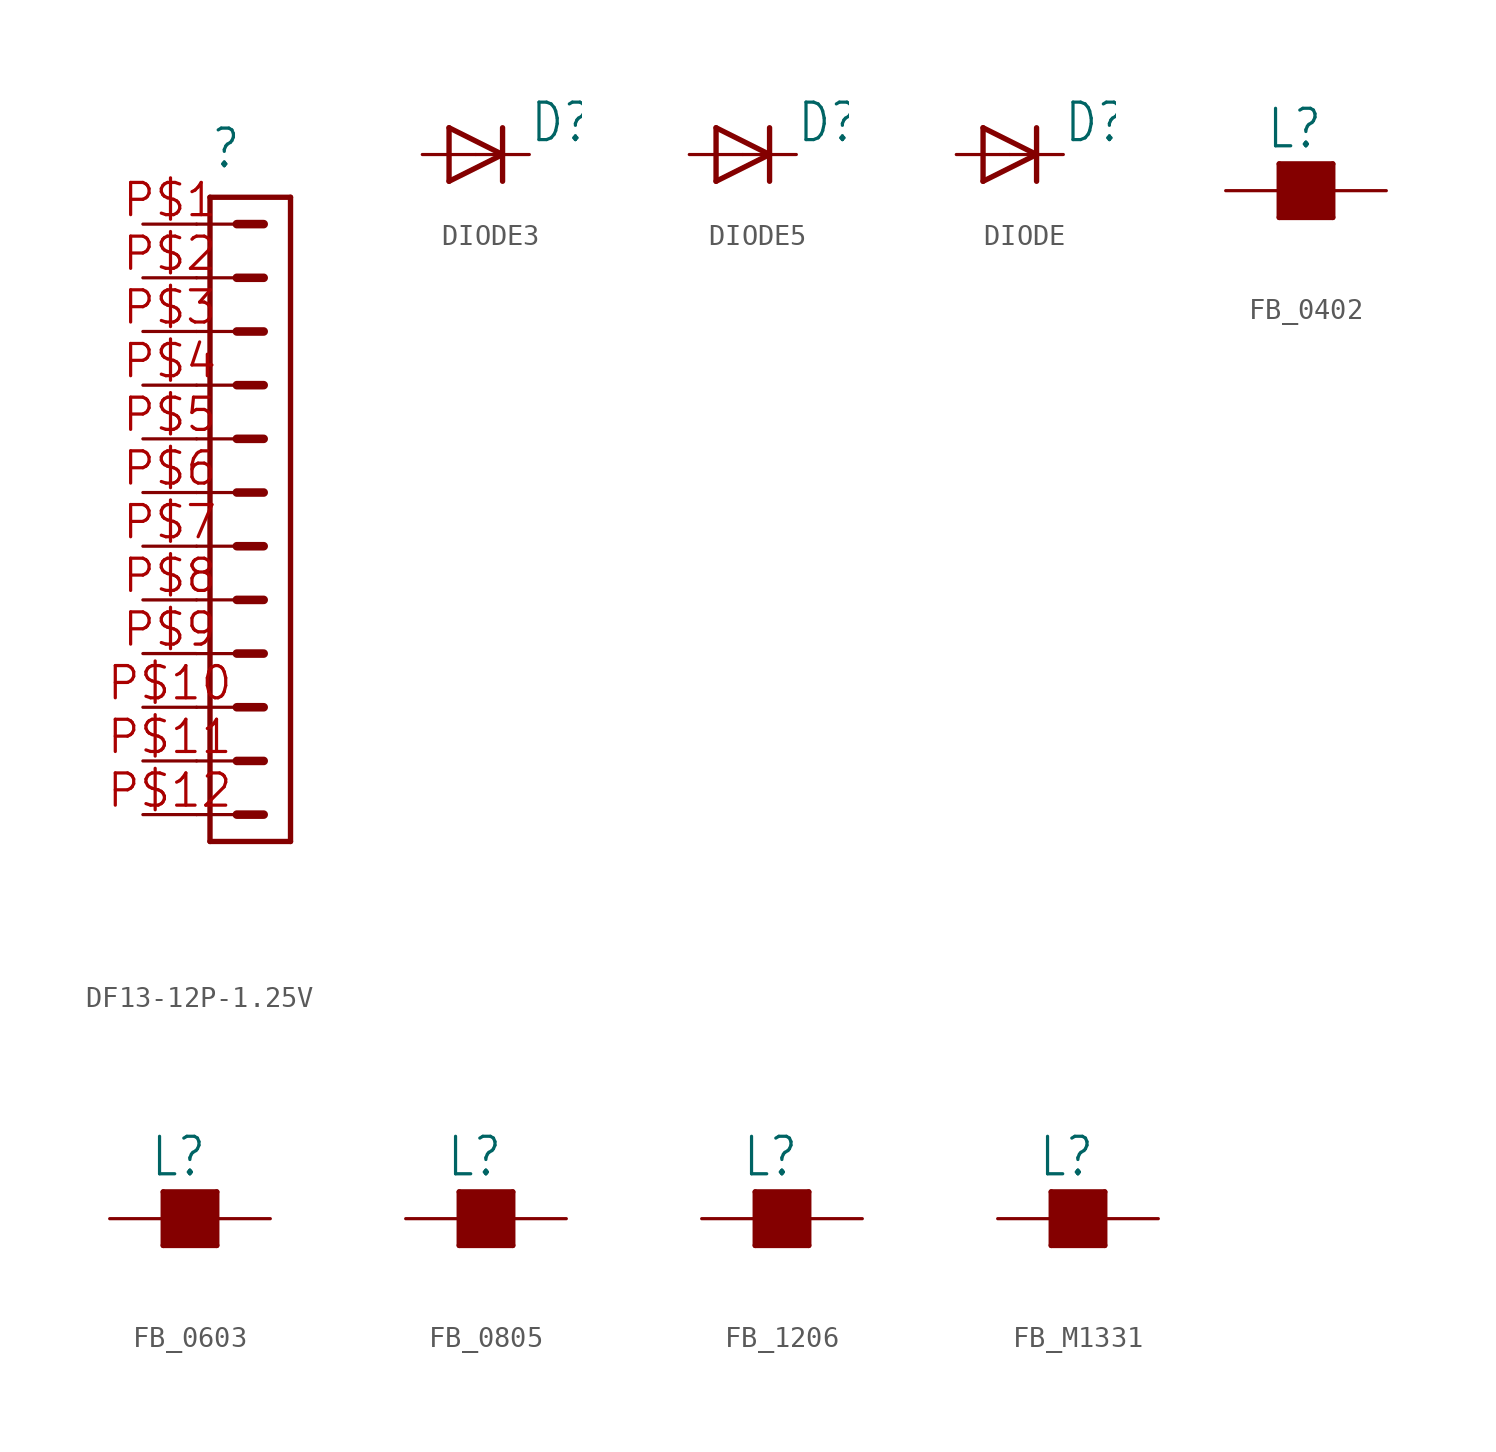
<source format=kicad_sym>
(kicad_symbol_lib
  (version 20241209)
  (generator "kicad_symbol_editor")
  (generator_version "9.0")
  (symbol "DF13-12P-1.25V"
    (property "Reference" ""
      (at -1.905 20.32 0)
      (effects (font (size 1.778 1.511)) (justify left bottom)))
    (property "Value" ""
      (at -1.905 -14.287 0)
      (effects (font (size 1.778 1.511)) (justify left bottom)))
    (property "ki_locked" ""
      (at 0 0 0)
      (effects (font (size 1.27 1.27))))
    (symbol "DF13-12P-1.25V_1_0"
      (polyline (pts (xy -2.54 17.78) (xy -0.635 17.78)) (stroke (width 0.152) (type solid)) (fill (type none)))
      (polyline (pts (xy -2.54 15.24) (xy -0.635 15.24)) (stroke (width 0.152) (type solid)) (fill (type none)))
      (polyline (pts (xy -2.54 12.7) (xy -0.635 12.7)) (stroke (width 0.152) (type solid)) (fill (type none)))
      (polyline (pts (xy -2.54 10.16) (xy -0.635 10.16)) (stroke (width 0.152) (type solid)) (fill (type none)))
      (polyline (pts (xy -2.54 7.62) (xy -0.635 7.62)) (stroke (width 0.152) (type solid)) (fill (type none)))
      (polyline (pts (xy -2.54 5.08) (xy -0.635 5.08)) (stroke (width 0.152) (type solid)) (fill (type none)))
      (polyline (pts (xy -2.54 2.54) (xy -0.635 2.54)) (stroke (width 0.152) (type solid)) (fill (type none)))
      (polyline (pts (xy -2.54 0) (xy -0.635 0)) (stroke (width 0.152) (type solid)) (fill (type none)))
      (polyline (pts (xy -2.54 -2.54) (xy -0.635 -2.54)) (stroke (width 0.152) (type solid)) (fill (type none)))
      (polyline (pts (xy -2.54 -5.08) (xy -0.635 -5.08)) (stroke (width 0.152) (type solid)) (fill (type none)))
      (polyline (pts (xy -2.54 -7.62) (xy -0.635 -7.62)) (stroke (width 0.152) (type solid)) (fill (type none)))
      (polyline (pts (xy -2.54 -10.16) (xy -0.635 -10.16)) (stroke (width 0.152) (type solid)) (fill (type none)))
      (polyline (pts (xy -1.905 -11.43) (xy -1.905 19.05)) (stroke (width 0.254) (type solid)) (fill (type none)))
      (polyline (pts (xy -1.905 -11.43) (xy 1.905 -11.43)) (stroke (width 0.254) (type solid)) (fill (type none)))
      (polyline (pts (xy -0.635 17.78) (xy 0.635 17.78)) (stroke (width 0.406) (type solid)) (fill (type none)))
      (polyline (pts (xy -0.635 15.24) (xy 0.635 15.24)) (stroke (width 0.406) (type solid)) (fill (type none)))
      (polyline (pts (xy -0.635 12.7) (xy 0.635 12.7)) (stroke (width 0.406) (type solid)) (fill (type none)))
      (polyline (pts (xy -0.635 10.16) (xy 0.635 10.16)) (stroke (width 0.406) (type solid)) (fill (type none)))
      (polyline (pts (xy -0.635 7.62) (xy 0.635 7.62)) (stroke (width 0.406) (type solid)) (fill (type none)))
      (polyline (pts (xy -0.635 5.08) (xy 0.635 5.08)) (stroke (width 0.406) (type solid)) (fill (type none)))
      (polyline (pts (xy -0.635 2.54) (xy 0.635 2.54)) (stroke (width 0.406) (type solid)) (fill (type none)))
      (polyline (pts (xy -0.635 0) (xy 0.635 0)) (stroke (width 0.406) (type solid)) (fill (type none)))
      (polyline (pts (xy -0.635 -2.54) (xy 0.635 -2.54)) (stroke (width 0.406) (type solid)) (fill (type none)))
      (polyline (pts (xy -0.635 -5.08) (xy 0.635 -5.08)) (stroke (width 0.406) (type solid)) (fill (type none)))
      (polyline (pts (xy -0.635 -7.62) (xy 0.635 -7.62)) (stroke (width 0.406) (type solid)) (fill (type none)))
      (polyline (pts (xy -0.635 -10.16) (xy 0.635 -10.16)) (stroke (width 0.406) (type solid)) (fill (type none)))
      (polyline (pts (xy 1.905 19.05) (xy -1.905 19.05)) (stroke (width 0.254) (type solid)) (fill (type none)))
      (polyline (pts (xy 1.905 19.05) (xy 1.905 -11.43)) (stroke (width 0.254) (type solid)) (fill (type none)))
      (pin passive line (at -5.08 17.78 0) (length 2.54) (name "1" (effects (font (size 0 0)))) (number "P$1" (effects (font (size 1.524 1.524)))))
      (pin passive line (at -5.08 15.24 0) (length 2.54) (name "2" (effects (font (size 0 0)))) (number "P$2" (effects (font (size 1.524 1.524)))))
      (pin passive line (at -5.08 12.7 0) (length 2.54) (name "3" (effects (font (size 0 0)))) (number "P$3" (effects (font (size 1.524 1.524)))))
      (pin passive line (at -5.08 10.16 0) (length 2.54) (name "4" (effects (font (size 0 0)))) (number "P$4" (effects (font (size 1.524 1.524)))))
      (pin passive line (at -5.08 7.62 0) (length 2.54) (name "5" (effects (font (size 0 0)))) (number "P$5" (effects (font (size 1.524 1.524)))))
      (pin passive line (at -5.08 5.08 0) (length 2.54) (name "6" (effects (font (size 0 0)))) (number "P$6" (effects (font (size 1.524 1.524)))))
      (pin passive line (at -5.08 2.54 0) (length 2.54) (name "7" (effects (font (size 0 0)))) (number "P$7" (effects (font (size 1.524 1.524)))))
      (pin passive line (at -5.08 0 0) (length 2.54) (name "8" (effects (font (size 0 0)))) (number "P$8" (effects (font (size 1.524 1.524)))))
      (pin passive line (at -5.08 -2.54 0) (length 2.54) (name "9" (effects (font (size 0 0)))) (number "P$9" (effects (font (size 1.524 1.524)))))
      (pin passive line (at -5.08 -5.08 0) (length 2.54) (name "10" (effects (font (size 0 0)))) (number "P$10" (effects (font (size 1.524 1.524)))))
      (pin passive line (at -5.08 -7.62 0) (length 2.54) (name "11" (effects (font (size 0 0)))) (number "P$11" (effects (font (size 1.524 1.524)))))
      (pin passive line (at -5.08 -10.16 0) (length 2.54) (name "12" (effects (font (size 0 0)))) (number "P$12" (effects (font (size 1.524 1.524)))))))
  (symbol "DIODE3"
    (property "Reference" "D"
      (at 2.54 0.483 0)
      (effects (font (size 1.778 1.511)) (justify left bottom)))
    (property "Value" ""
      (at 2.54 -2.311 0)
      (effects (font (size 1.778 1.511)) (justify left bottom)))
    (property "ki_locked" ""
      (at 0 0 0)
      (effects (font (size 1.27 1.27))))
    (symbol "DIODE3_1_0"
      (polyline (pts (xy -1.27 1.27) (xy -1.27 -1.27)) (stroke (width 0.254) (type solid)) (fill (type none)))
      (polyline (pts (xy -1.27 -1.27) (xy 1.27 0)) (stroke (width 0.254) (type solid)) (fill (type none)))
      (polyline (pts (xy 1.27 1.27) (xy 1.27 0)) (stroke (width 0.254) (type solid)) (fill (type none)))
      (polyline (pts (xy 1.27 0) (xy -1.27 1.27)) (stroke (width 0.254) (type solid)) (fill (type none)))
      (polyline (pts (xy 1.27 0) (xy 1.27 -1.27)) (stroke (width 0.254) (type solid)) (fill (type none)))
      (pin passive line (at -2.54 0 0) (length 2.54) (name "A" (effects (font (size 0 0)))) (number "A" (effects (font (size 0 0)))))
      (pin passive line (at 2.54 0 180) (length 2.54) (name "C" (effects (font (size 0 0)))) (number "K" (effects (font (size 0 0)))))))
  (symbol "DIODE5"
    (property "Reference" "D"
      (at 2.54 0.483 0)
      (effects (font (size 1.778 1.511)) (justify left bottom)))
    (property "Value" ""
      (at 2.54 -2.311 0)
      (effects (font (size 1.778 1.511)) (justify left bottom)))
    (property "ki_locked" ""
      (at 0 0 0)
      (effects (font (size 1.27 1.27))))
    (symbol "DIODE5_1_0"
      (polyline (pts (xy -1.27 1.27) (xy -1.27 -1.27)) (stroke (width 0.254) (type solid)) (fill (type none)))
      (polyline (pts (xy -1.27 -1.27) (xy 1.27 0)) (stroke (width 0.254) (type solid)) (fill (type none)))
      (polyline (pts (xy 1.27 1.27) (xy 1.27 0)) (stroke (width 0.254) (type solid)) (fill (type none)))
      (polyline (pts (xy 1.27 0) (xy -1.27 1.27)) (stroke (width 0.254) (type solid)) (fill (type none)))
      (polyline (pts (xy 1.27 0) (xy 1.27 -1.27)) (stroke (width 0.254) (type solid)) (fill (type none)))
      (pin passive line (at -2.54 0 0) (length 2.54) (name "A" (effects (font (size 0 0)))) (number "A" (effects (font (size 0 0)))))
      (pin passive line (at 2.54 0 180) (length 2.54) (name "C" (effects (font (size 0 0)))) (number "K" (effects (font (size 0 0)))))))
  (symbol "DIODE"
    (property "Reference" "D"
      (at 2.54 0.483 0)
      (effects (font (size 1.778 1.511)) (justify left bottom)))
    (property "Value" ""
      (at 2.54 -2.311 0)
      (effects (font (size 1.778 1.511)) (justify left bottom)))
    (property "ki_locked" ""
      (at 0 0 0)
      (effects (font (size 1.27 1.27))))
    (symbol "DIODE_1_0"
      (polyline (pts (xy -1.27 1.27) (xy -1.27 -1.27)) (stroke (width 0.254) (type solid)) (fill (type none)))
      (polyline (pts (xy -1.27 -1.27) (xy 1.27 0)) (stroke (width 0.254) (type solid)) (fill (type none)))
      (polyline (pts (xy 1.27 1.27) (xy 1.27 0)) (stroke (width 0.254) (type solid)) (fill (type none)))
      (polyline (pts (xy 1.27 0) (xy -1.27 1.27)) (stroke (width 0.254) (type solid)) (fill (type none)))
      (polyline (pts (xy 1.27 0) (xy 1.27 -1.27)) (stroke (width 0.254) (type solid)) (fill (type none)))
      (pin passive line (at -2.54 0 0) (length 2.54) (name "A" (effects (font (size 0 0)))) (number "A" (effects (font (size 0 0)))))
      (pin passive line (at 2.54 0 180) (length 2.54) (name "C" (effects (font (size 0 0)))) (number "C" (effects (font (size 0 0)))))))
  (symbol "FB_0402"
    (property "Reference" "L"
      (at -0.635 1.905 0)
      (effects (font (size 1.778 1.511)) (justify left bottom)))
    (property "Value" ""
      (at -2.54 -3.81 0)
      (effects (font (size 1.778 1.511)) (justify left bottom)))
    (property "ki_locked" ""
      (at 0 0 0)
      (effects (font (size 1.27 1.27))))
    (symbol "FB_0402_1_0"
      (polyline (pts (xy 0 1.27) (xy 2.54 1.27)) (stroke (width 0.254) (type solid)) (fill (type none)))
      (polyline (pts (xy 0 0) (xy 0 1.27)) (stroke (width 0.254) (type solid)) (fill (type none)))
      (polyline (pts (xy 0 0) (xy 2.54 0)) (stroke (width 0.152) (type solid)) (fill (type none)))
      (polyline (pts (xy 0 -1.27) (xy 0 0)) (stroke (width 0.254) (type solid)) (fill (type none)))
      (rectangle (start 0 -1.27) (end 2.54 1.27) (stroke (width 0) (type default)) (fill (type outline)))
      (polyline (pts (xy 2.54 1.27) (xy 2.54 0)) (stroke (width 0.254) (type solid)) (fill (type none)))
      (polyline (pts (xy 2.54 0) (xy 2.54 -1.27)) (stroke (width 0.254) (type solid)) (fill (type none)))
      (polyline (pts (xy 2.54 -1.27) (xy 0 -1.27)) (stroke (width 0.254) (type solid)) (fill (type none)))
      (pin passive line (at -2.54 0 0) (length 2.54) (name "1" (effects (font (size 0 0)))) (number "1" (effects (font (size 0 0)))))
      (pin passive line (at 5.08 0 180) (length 2.54) (name "2" (effects (font (size 0 0)))) (number "2" (effects (font (size 0 0)))))))
  (symbol "FB_0603"
    (property "Reference" "L"
      (at -0.635 1.905 0)
      (effects (font (size 1.778 1.511)) (justify left bottom)))
    (property "Value" ""
      (at -2.54 -3.81 0)
      (effects (font (size 1.778 1.511)) (justify left bottom)))
    (property "ki_locked" ""
      (at 0 0 0)
      (effects (font (size 1.27 1.27))))
    (symbol "FB_0603_1_0"
      (polyline (pts (xy 0 1.27) (xy 2.54 1.27)) (stroke (width 0.254) (type solid)) (fill (type none)))
      (polyline (pts (xy 0 0) (xy 0 1.27)) (stroke (width 0.254) (type solid)) (fill (type none)))
      (polyline (pts (xy 0 0) (xy 2.54 0)) (stroke (width 0.152) (type solid)) (fill (type none)))
      (polyline (pts (xy 0 -1.27) (xy 0 0)) (stroke (width 0.254) (type solid)) (fill (type none)))
      (rectangle (start 0 -1.27) (end 2.54 1.27) (stroke (width 0) (type default)) (fill (type outline)))
      (polyline (pts (xy 2.54 1.27) (xy 2.54 0)) (stroke (width 0.254) (type solid)) (fill (type none)))
      (polyline (pts (xy 2.54 0) (xy 2.54 -1.27)) (stroke (width 0.254) (type solid)) (fill (type none)))
      (polyline (pts (xy 2.54 -1.27) (xy 0 -1.27)) (stroke (width 0.254) (type solid)) (fill (type none)))
      (pin passive line (at -2.54 0 0) (length 2.54) (name "1" (effects (font (size 0 0)))) (number "1" (effects (font (size 0 0)))))
      (pin passive line (at 5.08 0 180) (length 2.54) (name "2" (effects (font (size 0 0)))) (number "2" (effects (font (size 0 0)))))))
  (symbol "FB_0805"
    (property "Reference" "L"
      (at -0.635 1.905 0)
      (effects (font (size 1.778 1.511)) (justify left bottom)))
    (property "Value" ""
      (at -2.54 -3.81 0)
      (effects (font (size 1.778 1.511)) (justify left bottom)))
    (property "ki_locked" ""
      (at 0 0 0)
      (effects (font (size 1.27 1.27))))
    (symbol "FB_0805_1_0"
      (polyline (pts (xy 0 1.27) (xy 2.54 1.27)) (stroke (width 0.254) (type solid)) (fill (type none)))
      (polyline (pts (xy 0 0) (xy 0 1.27)) (stroke (width 0.254) (type solid)) (fill (type none)))
      (polyline (pts (xy 0 0) (xy 2.54 0)) (stroke (width 0.152) (type solid)) (fill (type none)))
      (polyline (pts (xy 0 -1.27) (xy 0 0)) (stroke (width 0.254) (type solid)) (fill (type none)))
      (rectangle (start 0 -1.27) (end 2.54 1.27) (stroke (width 0) (type default)) (fill (type outline)))
      (polyline (pts (xy 2.54 1.27) (xy 2.54 0)) (stroke (width 0.254) (type solid)) (fill (type none)))
      (polyline (pts (xy 2.54 0) (xy 2.54 -1.27)) (stroke (width 0.254) (type solid)) (fill (type none)))
      (polyline (pts (xy 2.54 -1.27) (xy 0 -1.27)) (stroke (width 0.254) (type solid)) (fill (type none)))
      (pin passive line (at -2.54 0 0) (length 2.54) (name "1" (effects (font (size 0 0)))) (number "1" (effects (font (size 0 0)))))
      (pin passive line (at 5.08 0 180) (length 2.54) (name "2" (effects (font (size 0 0)))) (number "2" (effects (font (size 0 0)))))))
  (symbol "FB_1206"
    (property "Reference" "L"
      (at -0.635 1.905 0)
      (effects (font (size 1.778 1.511)) (justify left bottom)))
    (property "Value" ""
      (at -2.54 -3.81 0)
      (effects (font (size 1.778 1.511)) (justify left bottom)))
    (property "ki_locked" ""
      (at 0 0 0)
      (effects (font (size 1.27 1.27))))
    (symbol "FB_1206_1_0"
      (polyline (pts (xy 0 1.27) (xy 2.54 1.27)) (stroke (width 0.254) (type solid)) (fill (type none)))
      (polyline (pts (xy 0 0) (xy 0 1.27)) (stroke (width 0.254) (type solid)) (fill (type none)))
      (polyline (pts (xy 0 0) (xy 2.54 0)) (stroke (width 0.152) (type solid)) (fill (type none)))
      (polyline (pts (xy 0 -1.27) (xy 0 0)) (stroke (width 0.254) (type solid)) (fill (type none)))
      (rectangle (start 0 -1.27) (end 2.54 1.27) (stroke (width 0) (type default)) (fill (type outline)))
      (polyline (pts (xy 2.54 1.27) (xy 2.54 0)) (stroke (width 0.254) (type solid)) (fill (type none)))
      (polyline (pts (xy 2.54 0) (xy 2.54 -1.27)) (stroke (width 0.254) (type solid)) (fill (type none)))
      (polyline (pts (xy 2.54 -1.27) (xy 0 -1.27)) (stroke (width 0.254) (type solid)) (fill (type none)))
      (pin passive line (at -2.54 0 0) (length 2.54) (name "1" (effects (font (size 0 0)))) (number "1" (effects (font (size 0 0)))))
      (pin passive line (at 5.08 0 180) (length 2.54) (name "2" (effects (font (size 0 0)))) (number "2" (effects (font (size 0 0)))))))
  (symbol "FB_M1331"
    (property "Reference" "L"
      (at -0.635 1.905 0)
      (effects (font (size 1.778 1.511)) (justify left bottom)))
    (property "Value" ""
      (at -2.54 -3.81 0)
      (effects (font (size 1.778 1.511)) (justify left bottom)))
    (property "ki_locked" ""
      (at 0 0 0)
      (effects (font (size 1.27 1.27))))
    (symbol "FB_M1331_1_0"
      (polyline (pts (xy 0 1.27) (xy 2.54 1.27)) (stroke (width 0.254) (type solid)) (fill (type none)))
      (polyline (pts (xy 0 0) (xy 0 1.27)) (stroke (width 0.254) (type solid)) (fill (type none)))
      (polyline (pts (xy 0 0) (xy 2.54 0)) (stroke (width 0.152) (type solid)) (fill (type none)))
      (polyline (pts (xy 0 -1.27) (xy 0 0)) (stroke (width 0.254) (type solid)) (fill (type none)))
      (rectangle (start 0 -1.27) (end 2.54 1.27) (stroke (width 0) (type default)) (fill (type outline)))
      (polyline (pts (xy 2.54 1.27) (xy 2.54 0)) (stroke (width 0.254) (type solid)) (fill (type none)))
      (polyline (pts (xy 2.54 0) (xy 2.54 -1.27)) (stroke (width 0.254) (type solid)) (fill (type none)))
      (polyline (pts (xy 2.54 -1.27) (xy 0 -1.27)) (stroke (width 0.254) (type solid)) (fill (type none)))
      (pin passive line (at -2.54 0 0) (length 2.54) (name "1" (effects (font (size 0 0)))) (number "1" (effects (font (size 0 0)))))
      (pin passive line (at 5.08 0 180) (length 2.54) (name "2" (effects (font (size 0 0)))) (number "2" (effects (font (size 0 0))))))))
</source>
